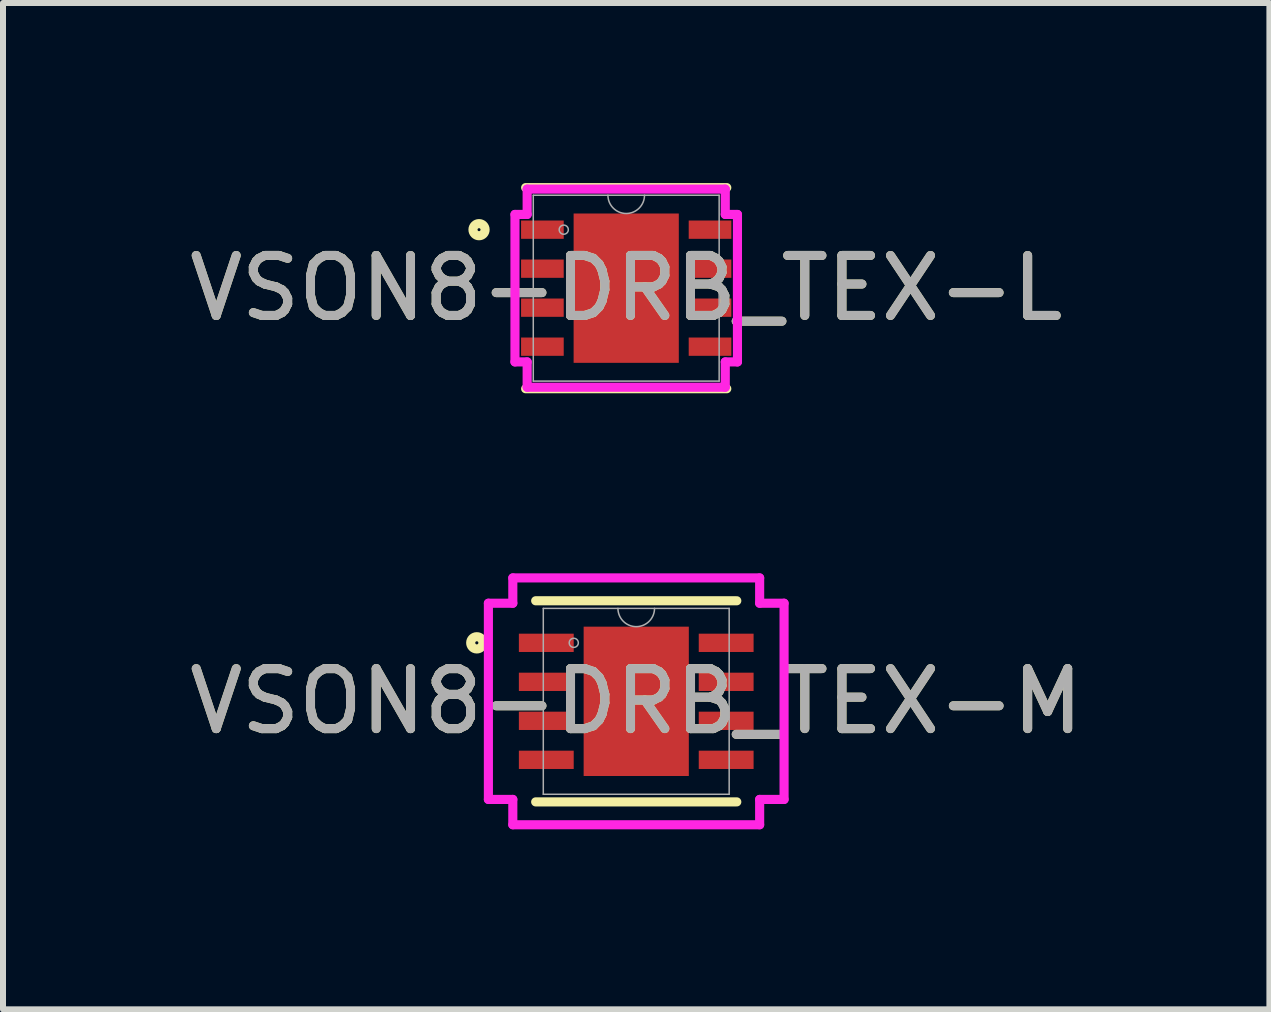
<source format=kicad_pcb>
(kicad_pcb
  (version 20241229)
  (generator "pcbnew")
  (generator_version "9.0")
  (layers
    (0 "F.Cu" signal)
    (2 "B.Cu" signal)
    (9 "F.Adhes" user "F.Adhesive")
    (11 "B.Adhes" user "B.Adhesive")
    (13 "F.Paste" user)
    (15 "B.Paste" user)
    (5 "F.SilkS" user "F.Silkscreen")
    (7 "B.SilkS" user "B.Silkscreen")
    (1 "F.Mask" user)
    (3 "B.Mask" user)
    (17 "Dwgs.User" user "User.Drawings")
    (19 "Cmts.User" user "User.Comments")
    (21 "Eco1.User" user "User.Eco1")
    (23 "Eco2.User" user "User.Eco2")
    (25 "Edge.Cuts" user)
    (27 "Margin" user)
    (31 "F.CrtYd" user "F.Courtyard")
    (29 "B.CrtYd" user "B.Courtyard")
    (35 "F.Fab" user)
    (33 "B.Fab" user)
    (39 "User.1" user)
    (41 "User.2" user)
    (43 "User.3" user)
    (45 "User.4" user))
  (footprint "VSON8-DRB_TEX-L"
    (layer "F.Cu")
    (at 7.387 1.753)
    (property "Reference" "VSON8-DRB_TEX-L" (at 0 0 0) (unlocked yes) (layer "F.SilkS") (effects (font (size 1 1) (thickness 0.15))))
    (attr smd)
    (fp_line (start -1.676 1.676) (end 1.676 1.676) (stroke (width 0.152) (type solid)) (layer "F.SilkS"))
    (fp_line (start 1.676 -1.676) (end -1.676 -1.676) (stroke (width 0.152) (type solid)) (layer "F.SilkS"))
    (fp_circle (center -2.453 -0.975) (end -2.352 -0.975) (stroke (width 0.152) (type solid)) (fill no) (layer "F.SilkS"))
    (fp_line (start -1.854 -1.229) (end -1.651 -1.229) (stroke (width 0.152) (type solid)) (layer "F.CrtYd"))
    (fp_line (start -1.854 1.229) (end -1.854 -1.229) (stroke (width 0.152) (type solid)) (layer "F.CrtYd"))
    (fp_line (start -1.854 1.229) (end -1.651 1.229) (stroke (width 0.152) (type solid)) (layer "F.CrtYd"))
    (fp_line (start -1.651 -1.651) (end 1.651 -1.651) (stroke (width 0.152) (type solid)) (layer "F.CrtYd"))
    (fp_line (start -1.651 -1.229) (end -1.651 -1.651) (stroke (width 0.152) (type solid)) (layer "F.CrtYd"))
    (fp_line (start -1.651 1.651) (end -1.651 1.229) (stroke (width 0.152) (type solid)) (layer "F.CrtYd"))
    (fp_line (start 1.651 -1.651) (end 1.651 -1.229) (stroke (width 0.152) (type solid)) (layer "F.CrtYd"))
    (fp_line (start 1.651 1.229) (end 1.651 1.651) (stroke (width 0.152) (type solid)) (layer "F.CrtYd"))
    (fp_line (start 1.651 1.651) (end -1.651 1.651) (stroke (width 0.152) (type solid)) (layer "F.CrtYd"))
    (fp_line (start 1.854 -1.229) (end 1.651 -1.229) (stroke (width 0.152) (type solid)) (layer "F.CrtYd"))
    (fp_line (start 1.854 -1.229) (end 1.854 1.229) (stroke (width 0.152) (type solid)) (layer "F.CrtYd"))
    (fp_line (start 1.854 1.229) (end 1.651 1.229) (stroke (width 0.152) (type solid)) (layer "F.CrtYd"))
    (fp_line (start -1.549 -1.549) (end -1.549 1.549) (stroke (width 0.025) (type solid)) (layer "F.Fab"))
    (fp_line (start -1.549 1.549) (end 1.549 1.549) (stroke (width 0.025) (type solid)) (layer "F.Fab"))
    (fp_line (start 1.549 -1.549) (end -1.549 -1.549) (stroke (width 0.025) (type solid)) (layer "F.Fab"))
    (fp_line (start 1.549 1.549) (end 1.549 -1.549) (stroke (width 0.025) (type solid)) (layer "F.Fab"))
    (fp_arc (start 0.3048 -1.5494) (mid 0 -1.2446) (end -0.3048 -1.5494) (stroke (width 0.0254) (type solid)) (layer "F.Fab"))
    (fp_circle (center -1.041 -0.975) (end -0.965 -0.975) (stroke (width 0.025) (type solid)) (fill no) (layer "F.Fab"))
    (fp_text user "${REFERENCE}" (at 0 0 0) (unlocked yes) (layer "F.Fab") (effects (font (size 1 1) (thickness 0.15))))
    (pad "1" smd rect (at -1.397 -0.975) (size 0.711 0.305) (layers "F.Cu" "F.Mask" "F.Paste"))
    (pad "2" smd rect (at -1.397 -0.325) (size 0.711 0.305) (layers "F.Cu" "F.Mask" "F.Paste"))
    (pad "3" smd rect (at -1.397 0.325) (size 0.711 0.305) (layers "F.Cu" "F.Mask" "F.Paste"))
    (pad "4" smd rect (at -1.397 0.975) (size 0.711 0.305) (layers "F.Cu" "F.Mask" "F.Paste"))
    (pad "5" smd rect (at 1.397 0.975) (size 0.711 0.305) (layers "F.Cu" "F.Mask" "F.Paste"))
    (pad "6" smd rect (at 1.397 0.325) (size 0.711 0.305) (layers "F.Cu" "F.Mask" "F.Paste"))
    (pad "7" smd rect (at 1.397 -0.325) (size 0.711 0.305) (layers "F.Cu" "F.Mask" "F.Paste"))
    (pad "8" smd rect (at 1.397 -0.975) (size 0.711 0.305) (layers "F.Cu" "F.Mask" "F.Paste"))
    (pad "9" smd rect (at 0 0) (size 1.753 2.489) (layers "F.Cu" "F.Mask" "F.Paste")))
  (footprint "VSON8-DRB_TEX-M"
    (layer "F.Cu")
    (at 7.554 8.639)
    (property "Reference" "VSON8-DRB_TEX-M" (at 0 0 0) (unlocked yes) (layer "F.SilkS") (effects (font (size 1 1) (thickness 0.15))))
    (attr smd)
    (fp_line (start -1.676 1.676) (end 1.676 1.676) (stroke (width 0.152) (type solid)) (layer "F.SilkS"))
    (fp_line (start 1.676 -1.676) (end -1.676 -1.676) (stroke (width 0.152) (type solid)) (layer "F.SilkS"))
    (fp_circle (center -2.657 -0.975) (end -2.555 -0.975) (stroke (width 0.152) (type solid)) (fill no) (layer "F.SilkS"))
    (fp_line (start -2.464 -1.635) (end -2.057 -1.635) (stroke (width 0.152) (type solid)) (layer "F.CrtYd"))
    (fp_line (start -2.464 1.635) (end -2.464 -1.635) (stroke (width 0.152) (type solid)) (layer "F.CrtYd"))
    (fp_line (start -2.464 1.635) (end -2.057 1.635) (stroke (width 0.152) (type solid)) (layer "F.CrtYd"))
    (fp_line (start -2.057 -2.057) (end 2.057 -2.057) (stroke (width 0.152) (type solid)) (layer "F.CrtYd"))
    (fp_line (start -2.057 -1.635) (end -2.057 -2.057) (stroke (width 0.152) (type solid)) (layer "F.CrtYd"))
    (fp_line (start -2.057 2.057) (end -2.057 1.635) (stroke (width 0.152) (type solid)) (layer "F.CrtYd"))
    (fp_line (start 2.057 -2.057) (end 2.057 -1.635) (stroke (width 0.152) (type solid)) (layer "F.CrtYd"))
    (fp_line (start 2.057 1.635) (end 2.057 2.057) (stroke (width 0.152) (type solid)) (layer "F.CrtYd"))
    (fp_line (start 2.057 2.057) (end -2.057 2.057) (stroke (width 0.152) (type solid)) (layer "F.CrtYd"))
    (fp_line (start 2.464 -1.635) (end 2.057 -1.635) (stroke (width 0.152) (type solid)) (layer "F.CrtYd"))
    (fp_line (start 2.464 -1.635) (end 2.464 1.635) (stroke (width 0.152) (type solid)) (layer "F.CrtYd"))
    (fp_line (start 2.464 1.635) (end 2.057 1.635) (stroke (width 0.152) (type solid)) (layer "F.CrtYd"))
    (fp_line (start -1.549 -1.549) (end -1.549 1.549) (stroke (width 0.025) (type solid)) (layer "F.Fab"))
    (fp_line (start -1.549 1.549) (end 1.549 1.549) (stroke (width 0.025) (type solid)) (layer "F.Fab"))
    (fp_line (start 1.549 -1.549) (end -1.549 -1.549) (stroke (width 0.025) (type solid)) (layer "F.Fab"))
    (fp_line (start 1.549 1.549) (end 1.549 -1.549) (stroke (width 0.025) (type solid)) (layer "F.Fab"))
    (fp_arc (start 0.3048 -1.5494) (mid 0 -1.2446) (end -0.3048 -1.5494) (stroke (width 0.0254) (type solid)) (layer "F.Fab"))
    (fp_circle (center -1.041 -0.975) (end -0.965 -0.975) (stroke (width 0.025) (type solid)) (fill no) (layer "F.Fab"))
    (fp_text user "${REFERENCE}" (at 0 0 0) (unlocked yes) (layer "F.Fab") (effects (font (size 1 1) (thickness 0.15))))
    (pad "1" smd rect (at -1.499 -0.975) (size 0.914 0.305) (layers "F.Cu" "F.Mask" "F.Paste"))
    (pad "2" smd rect (at -1.499 -0.325) (size 0.914 0.305) (layers "F.Cu" "F.Mask" "F.Paste"))
    (pad "3" smd rect (at -1.499 0.325) (size 0.914 0.305) (layers "F.Cu" "F.Mask" "F.Paste"))
    (pad "4" smd rect (at -1.499 0.975) (size 0.914 0.305) (layers "F.Cu" "F.Mask" "F.Paste"))
    (pad "5" smd rect (at 1.499 0.975) (size 0.914 0.305) (layers "F.Cu" "F.Mask" "F.Paste"))
    (pad "6" smd rect (at 1.499 0.325) (size 0.914 0.305) (layers "F.Cu" "F.Mask" "F.Paste"))
    (pad "7" smd rect (at 1.499 -0.325) (size 0.914 0.305) (layers "F.Cu" "F.Mask" "F.Paste"))
    (pad "8" smd rect (at 1.499 -0.975) (size 0.914 0.305) (layers "F.Cu" "F.Mask" "F.Paste"))
    (pad "9" smd rect (at 0 0) (size 1.753 2.489) (layers "F.Cu" "F.Mask" "F.Paste")))
  (gr_rect
    (start -3 -3)
    (end 18.107 13.772)
    (stroke (width 0.1) (type default))
    (fill no)
    (layer "Edge.Cuts")))
</source>
